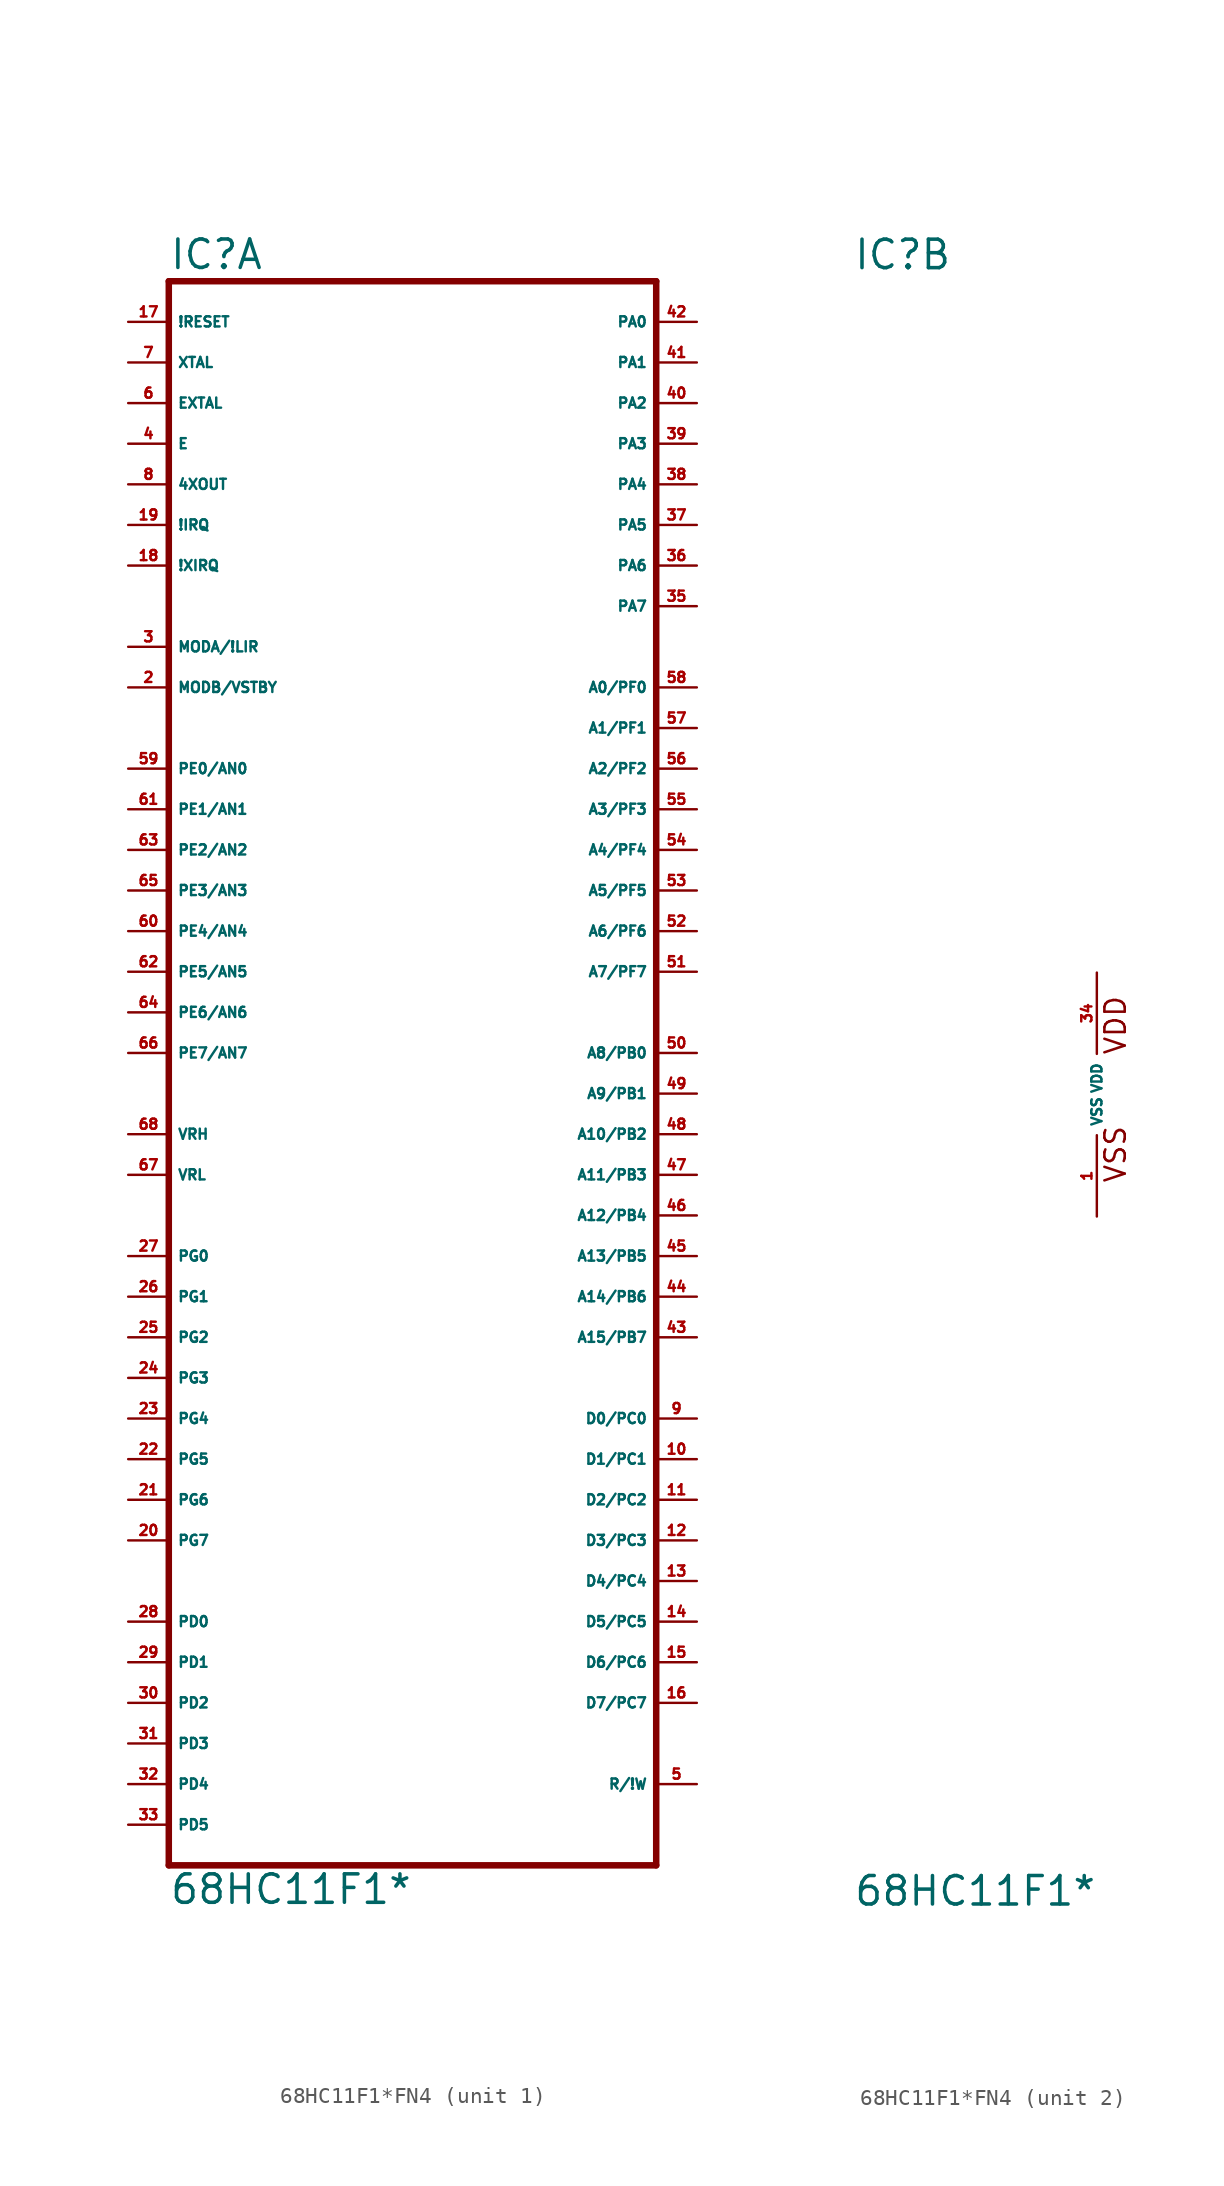
<source format=kicad_sym>
(kicad_symbol_lib
  (version 20220914)
  (generator Eagle2Kicad)
  (symbol "68HC11F1*FN4"
    (property "Reference" "IC"
      (at -15.24 51.435 0)
      (effects (font (size 1.778 1.778) (thickness 0.22)) (justify left bottom)))
    (property "Value" "68HC11F1*"
      (at -15.24 -50.8 0)
      (effects (font (size 1.778 1.778) (thickness 0.22)) (justify left bottom)))
    (symbol "68HC11F1*FN4_1_0"
      (polyline (pts (xy -15.24 -48.26) (xy 15.24 -48.26)) (stroke (width 0.406) (type default)) (fill (type none)))
      (polyline (pts (xy 15.24 -48.26) (xy 15.24 50.8)) (stroke (width 0.406) (type default)) (fill (type none)))
      (polyline (pts (xy 15.24 50.8) (xy -15.24 50.8)) (stroke (width 0.406) (type default)) (fill (type none)))
      (polyline (pts (xy -15.24 50.8) (xy -15.24 -48.26)) (stroke (width 0.406) (type default)) (fill (type none)))
      (pin bidirectional line (at -17.78 27.94 0) (length 2.54) (name "MODA/!LIR" (effects (font (size 0.635 0.635) (thickness 0.08)) (justify left bottom))) (number "3" (effects (font (size 0.635 0.635) (thickness 0.08)) (justify left bottom))))
      (pin output line (at -17.78 40.64 0) (length 2.54) (name "E" (effects (font (size 0.635 0.635) (thickness 0.08)) (justify left bottom))) (number "4" (effects (font (size 0.635 0.635) (thickness 0.08)) (justify left bottom))))
      (pin bidirectional line (at 17.78 -43.18 180) (length 2.54) (name "R/!W" (effects (font (size 0.635 0.635) (thickness 0.08)) (justify left bottom))) (number "5" (effects (font (size 0.635 0.635) (thickness 0.08)) (justify left bottom))))
      (pin input line (at -17.78 43.18 0) (length 2.54) (name "EXTAL" (effects (font (size 0.635 0.635) (thickness 0.08)) (justify left bottom))) (number "6" (effects (font (size 0.635 0.635) (thickness 0.08)) (justify left bottom))))
      (pin output line (at -17.78 45.72 0) (length 2.54) (name "XTAL" (effects (font (size 0.635 0.635) (thickness 0.08)) (justify left bottom))) (number "7" (effects (font (size 0.635 0.635) (thickness 0.08)) (justify left bottom))))
      (pin tri_state line (at 17.78 -20.32 180) (length 2.54) (name "D0/PC0" (effects (font (size 0.635 0.635) (thickness 0.08)) (justify left bottom))) (number "9" (effects (font (size 0.635 0.635) (thickness 0.08)) (justify left bottom))))
      (pin bidirectional line (at -17.78 48.26 0) (length 2.54) (name "!RESET" (effects (font (size 0.635 0.635) (thickness 0.08)) (justify left bottom))) (number "17" (effects (font (size 0.635 0.635) (thickness 0.08)) (justify left bottom))))
      (pin input line (at -17.78 33.02 0) (length 2.54) (name "!XIRQ" (effects (font (size 0.635 0.635) (thickness 0.08)) (justify left bottom))) (number "18" (effects (font (size 0.635 0.635) (thickness 0.08)) (justify left bottom))))
      (pin input line (at -17.78 35.56 0) (length 2.54) (name "!IRQ" (effects (font (size 0.635 0.635) (thickness 0.08)) (justify left bottom))) (number "19" (effects (font (size 0.635 0.635) (thickness 0.08)) (justify left bottom))))
      (pin bidirectional line (at -17.78 -33.02 0) (length 2.54) (name "PD0" (effects (font (size 0.635 0.635) (thickness 0.08)) (justify left bottom))) (number "28" (effects (font (size 0.635 0.635) (thickness 0.08)) (justify left bottom))))
      (pin bidirectional line (at -17.78 -35.56 0) (length 2.54) (name "PD1" (effects (font (size 0.635 0.635) (thickness 0.08)) (justify left bottom))) (number "29" (effects (font (size 0.635 0.635) (thickness 0.08)) (justify left bottom))))
      (pin bidirectional line (at -17.78 -38.1 0) (length 2.54) (name "PD2" (effects (font (size 0.635 0.635) (thickness 0.08)) (justify left bottom))) (number "30" (effects (font (size 0.635 0.635) (thickness 0.08)) (justify left bottom))))
      (pin bidirectional line (at -17.78 -40.64 0) (length 2.54) (name "PD3" (effects (font (size 0.635 0.635) (thickness 0.08)) (justify left bottom))) (number "31" (effects (font (size 0.635 0.635) (thickness 0.08)) (justify left bottom))))
      (pin bidirectional line (at -17.78 -43.18 0) (length 2.54) (name "PD4" (effects (font (size 0.635 0.635) (thickness 0.08)) (justify left bottom))) (number "32" (effects (font (size 0.635 0.635) (thickness 0.08)) (justify left bottom))))
      (pin bidirectional line (at -17.78 -45.72 0) (length 2.54) (name "PD5" (effects (font (size 0.635 0.635) (thickness 0.08)) (justify left bottom))) (number "33" (effects (font (size 0.635 0.635) (thickness 0.08)) (justify left bottom))))
      (pin output line (at 17.78 2.54 180) (length 2.54) (name "A8/PB0" (effects (font (size 0.635 0.635) (thickness 0.08)) (justify left bottom))) (number "50" (effects (font (size 0.635 0.635) (thickness 0.08)) (justify left bottom))))
      (pin bidirectional line (at 17.78 48.26 180) (length 2.54) (name "PA0" (effects (font (size 0.635 0.635) (thickness 0.08)) (justify left bottom))) (number "42" (effects (font (size 0.635 0.635) (thickness 0.08)) (justify left bottom))))
      (pin input line (at -17.78 20.32 0) (length 2.54) (name "PE0/AN0" (effects (font (size 0.635 0.635) (thickness 0.08)) (justify left bottom))) (number "59" (effects (font (size 0.635 0.635) (thickness 0.08)) (justify left bottom))))
      (pin input line (at -17.78 17.78 0) (length 2.54) (name "PE1/AN1" (effects (font (size 0.635 0.635) (thickness 0.08)) (justify left bottom))) (number "61" (effects (font (size 0.635 0.635) (thickness 0.08)) (justify left bottom))))
      (pin input line (at -17.78 15.24 0) (length 2.54) (name "PE2/AN2" (effects (font (size 0.635 0.635) (thickness 0.08)) (justify left bottom))) (number "63" (effects (font (size 0.635 0.635) (thickness 0.08)) (justify left bottom))))
      (pin input line (at -17.78 12.7 0) (length 2.54) (name "PE3/AN3" (effects (font (size 0.635 0.635) (thickness 0.08)) (justify left bottom))) (number "65" (effects (font (size 0.635 0.635) (thickness 0.08)) (justify left bottom))))
      (pin input line (at -17.78 10.16 0) (length 2.54) (name "PE4/AN4" (effects (font (size 0.635 0.635) (thickness 0.08)) (justify left bottom))) (number "60" (effects (font (size 0.635 0.635) (thickness 0.08)) (justify left bottom))))
      (pin input line (at -17.78 7.62 0) (length 2.54) (name "PE5/AN5" (effects (font (size 0.635 0.635) (thickness 0.08)) (justify left bottom))) (number "62" (effects (font (size 0.635 0.635) (thickness 0.08)) (justify left bottom))))
      (pin input line (at -17.78 5.08 0) (length 2.54) (name "PE6/AN6" (effects (font (size 0.635 0.635) (thickness 0.08)) (justify left bottom))) (number "64" (effects (font (size 0.635 0.635) (thickness 0.08)) (justify left bottom))))
      (pin input line (at -17.78 2.54 0) (length 2.54) (name "PE7/AN7" (effects (font (size 0.635 0.635) (thickness 0.08)) (justify left bottom))) (number "66" (effects (font (size 0.635 0.635) (thickness 0.08)) (justify left bottom))))
      (pin input line (at -17.78 -5.08 0) (length 2.54) (name "VRL" (effects (font (size 0.635 0.635) (thickness 0.08)) (justify left bottom))) (number "67" (effects (font (size 0.635 0.635) (thickness 0.08)) (justify left bottom))))
      (pin input line (at -17.78 -2.54 0) (length 2.54) (name "VRH" (effects (font (size 0.635 0.635) (thickness 0.08)) (justify left bottom))) (number "68" (effects (font (size 0.635 0.635) (thickness 0.08)) (justify left bottom))))
      (pin input line (at -17.78 25.4 0) (length 2.54) (name "MODB/VSTBY" (effects (font (size 0.635 0.635) (thickness 0.08)) (justify left bottom))) (number "2" (effects (font (size 0.635 0.635) (thickness 0.08)) (justify left bottom))))
      (pin bidirectional line (at -17.78 -10.16 0) (length 2.54) (name "PG0" (effects (font (size 0.635 0.635) (thickness 0.08)) (justify left bottom))) (number "27" (effects (font (size 0.635 0.635) (thickness 0.08)) (justify left bottom))))
      (pin bidirectional line (at -17.78 -12.7 0) (length 2.54) (name "PG1" (effects (font (size 0.635 0.635) (thickness 0.08)) (justify left bottom))) (number "26" (effects (font (size 0.635 0.635) (thickness 0.08)) (justify left bottom))))
      (pin bidirectional line (at -17.78 -15.24 0) (length 2.54) (name "PG2" (effects (font (size 0.635 0.635) (thickness 0.08)) (justify left bottom))) (number "25" (effects (font (size 0.635 0.635) (thickness 0.08)) (justify left bottom))))
      (pin bidirectional line (at -17.78 -17.78 0) (length 2.54) (name "PG3" (effects (font (size 0.635 0.635) (thickness 0.08)) (justify left bottom))) (number "24" (effects (font (size 0.635 0.635) (thickness 0.08)) (justify left bottom))))
      (pin bidirectional line (at -17.78 -20.32 0) (length 2.54) (name "PG4" (effects (font (size 0.635 0.635) (thickness 0.08)) (justify left bottom))) (number "23" (effects (font (size 0.635 0.635) (thickness 0.08)) (justify left bottom))))
      (pin bidirectional line (at -17.78 -22.86 0) (length 2.54) (name "PG5" (effects (font (size 0.635 0.635) (thickness 0.08)) (justify left bottom))) (number "22" (effects (font (size 0.635 0.635) (thickness 0.08)) (justify left bottom))))
      (pin bidirectional line (at -17.78 -25.4 0) (length 2.54) (name "PG6" (effects (font (size 0.635 0.635) (thickness 0.08)) (justify left bottom))) (number "21" (effects (font (size 0.635 0.635) (thickness 0.08)) (justify left bottom))))
      (pin bidirectional line (at -17.78 -27.94 0) (length 2.54) (name "PG7" (effects (font (size 0.635 0.635) (thickness 0.08)) (justify left bottom))) (number "20" (effects (font (size 0.635 0.635) (thickness 0.08)) (justify left bottom))))
      (pin output line (at -17.78 38.1 0) (length 2.54) (name "4XOUT" (effects (font (size 0.635 0.635) (thickness 0.08)) (justify left bottom))) (number "8" (effects (font (size 0.635 0.635) (thickness 0.08)) (justify left bottom))))
      (pin output line (at 17.78 25.4 180) (length 2.54) (name "A0/PF0" (effects (font (size 0.635 0.635) (thickness 0.08)) (justify left bottom))) (number "58" (effects (font (size 0.635 0.635) (thickness 0.08)) (justify left bottom))))
      (pin output line (at 17.78 22.86 180) (length 2.54) (name "A1/PF1" (effects (font (size 0.635 0.635) (thickness 0.08)) (justify left bottom))) (number "57" (effects (font (size 0.635 0.635) (thickness 0.08)) (justify left bottom))))
      (pin output line (at 17.78 20.32 180) (length 2.54) (name "A2/PF2" (effects (font (size 0.635 0.635) (thickness 0.08)) (justify left bottom))) (number "56" (effects (font (size 0.635 0.635) (thickness 0.08)) (justify left bottom))))
      (pin output line (at 17.78 17.78 180) (length 2.54) (name "A3/PF3" (effects (font (size 0.635 0.635) (thickness 0.08)) (justify left bottom))) (number "55" (effects (font (size 0.635 0.635) (thickness 0.08)) (justify left bottom))))
      (pin output line (at 17.78 15.24 180) (length 2.54) (name "A4/PF4" (effects (font (size 0.635 0.635) (thickness 0.08)) (justify left bottom))) (number "54" (effects (font (size 0.635 0.635) (thickness 0.08)) (justify left bottom))))
      (pin output line (at 17.78 12.7 180) (length 2.54) (name "A5/PF5" (effects (font (size 0.635 0.635) (thickness 0.08)) (justify left bottom))) (number "53" (effects (font (size 0.635 0.635) (thickness 0.08)) (justify left bottom))))
      (pin output line (at 17.78 10.16 180) (length 2.54) (name "A6/PF6" (effects (font (size 0.635 0.635) (thickness 0.08)) (justify left bottom))) (number "52" (effects (font (size 0.635 0.635) (thickness 0.08)) (justify left bottom))))
      (pin output line (at 17.78 7.62 180) (length 2.54) (name "A7/PF7" (effects (font (size 0.635 0.635) (thickness 0.08)) (justify left bottom))) (number "51" (effects (font (size 0.635 0.635) (thickness 0.08)) (justify left bottom))))
      (pin output line (at 17.78 0 180) (length 2.54) (name "A9/PB1" (effects (font (size 0.635 0.635) (thickness 0.08)) (justify left bottom))) (number "49" (effects (font (size 0.635 0.635) (thickness 0.08)) (justify left bottom))))
      (pin output line (at 17.78 -2.54 180) (length 2.54) (name "A10/PB2" (effects (font (size 0.635 0.635) (thickness 0.08)) (justify left bottom))) (number "48" (effects (font (size 0.635 0.635) (thickness 0.08)) (justify left bottom))))
      (pin output line (at 17.78 -5.08 180) (length 2.54) (name "A11/PB3" (effects (font (size 0.635 0.635) (thickness 0.08)) (justify left bottom))) (number "47" (effects (font (size 0.635 0.635) (thickness 0.08)) (justify left bottom))))
      (pin output line (at 17.78 -7.62 180) (length 2.54) (name "A12/PB4" (effects (font (size 0.635 0.635) (thickness 0.08)) (justify left bottom))) (number "46" (effects (font (size 0.635 0.635) (thickness 0.08)) (justify left bottom))))
      (pin output line (at 17.78 -10.16 180) (length 2.54) (name "A13/PB5" (effects (font (size 0.635 0.635) (thickness 0.08)) (justify left bottom))) (number "45" (effects (font (size 0.635 0.635) (thickness 0.08)) (justify left bottom))))
      (pin output line (at 17.78 -12.7 180) (length 2.54) (name "A14/PB6" (effects (font (size 0.635 0.635) (thickness 0.08)) (justify left bottom))) (number "44" (effects (font (size 0.635 0.635) (thickness 0.08)) (justify left bottom))))
      (pin output line (at 17.78 -15.24 180) (length 2.54) (name "A15/PB7" (effects (font (size 0.635 0.635) (thickness 0.08)) (justify left bottom))) (number "43" (effects (font (size 0.635 0.635) (thickness 0.08)) (justify left bottom))))
      (pin bidirectional line (at 17.78 45.72 180) (length 2.54) (name "PA1" (effects (font (size 0.635 0.635) (thickness 0.08)) (justify left bottom))) (number "41" (effects (font (size 0.635 0.635) (thickness 0.08)) (justify left bottom))))
      (pin bidirectional line (at 17.78 43.18 180) (length 2.54) (name "PA2" (effects (font (size 0.635 0.635) (thickness 0.08)) (justify left bottom))) (number "40" (effects (font (size 0.635 0.635) (thickness 0.08)) (justify left bottom))))
      (pin bidirectional line (at 17.78 40.64 180) (length 2.54) (name "PA3" (effects (font (size 0.635 0.635) (thickness 0.08)) (justify left bottom))) (number "39" (effects (font (size 0.635 0.635) (thickness 0.08)) (justify left bottom))))
      (pin bidirectional line (at 17.78 38.1 180) (length 2.54) (name "PA4" (effects (font (size 0.635 0.635) (thickness 0.08)) (justify left bottom))) (number "38" (effects (font (size 0.635 0.635) (thickness 0.08)) (justify left bottom))))
      (pin bidirectional line (at 17.78 35.56 180) (length 2.54) (name "PA5" (effects (font (size 0.635 0.635) (thickness 0.08)) (justify left bottom))) (number "37" (effects (font (size 0.635 0.635) (thickness 0.08)) (justify left bottom))))
      (pin bidirectional line (at 17.78 33.02 180) (length 2.54) (name "PA6" (effects (font (size 0.635 0.635) (thickness 0.08)) (justify left bottom))) (number "36" (effects (font (size 0.635 0.635) (thickness 0.08)) (justify left bottom))))
      (pin bidirectional line (at 17.78 30.48 180) (length 2.54) (name "PA7" (effects (font (size 0.635 0.635) (thickness 0.08)) (justify left bottom))) (number "35" (effects (font (size 0.635 0.635) (thickness 0.08)) (justify left bottom))))
      (pin tri_state line (at 17.78 -22.86 180) (length 2.54) (name "D1/PC1" (effects (font (size 0.635 0.635) (thickness 0.08)) (justify left bottom))) (number "10" (effects (font (size 0.635 0.635) (thickness 0.08)) (justify left bottom))))
      (pin tri_state line (at 17.78 -25.4 180) (length 2.54) (name "D2/PC2" (effects (font (size 0.635 0.635) (thickness 0.08)) (justify left bottom))) (number "11" (effects (font (size 0.635 0.635) (thickness 0.08)) (justify left bottom))))
      (pin tri_state line (at 17.78 -27.94 180) (length 2.54) (name "D3/PC3" (effects (font (size 0.635 0.635) (thickness 0.08)) (justify left bottom))) (number "12" (effects (font (size 0.635 0.635) (thickness 0.08)) (justify left bottom))))
      (pin tri_state line (at 17.78 -30.48 180) (length 2.54) (name "D4/PC4" (effects (font (size 0.635 0.635) (thickness 0.08)) (justify left bottom))) (number "13" (effects (font (size 0.635 0.635) (thickness 0.08)) (justify left bottom))))
      (pin tri_state line (at 17.78 -33.02 180) (length 2.54) (name "D5/PC5" (effects (font (size 0.635 0.635) (thickness 0.08)) (justify left bottom))) (number "14" (effects (font (size 0.635 0.635) (thickness 0.08)) (justify left bottom))))
      (pin tri_state line (at 17.78 -35.56 180) (length 2.54) (name "D6/PC6" (effects (font (size 0.635 0.635) (thickness 0.08)) (justify left bottom))) (number "15" (effects (font (size 0.635 0.635) (thickness 0.08)) (justify left bottom))))
      (pin tri_state line (at 17.78 -38.1 180) (length 2.54) (name "D7/PC7" (effects (font (size 0.635 0.635) (thickness 0.08)) (justify left bottom))) (number "16" (effects (font (size 0.635 0.635) (thickness 0.08)) (justify left bottom)))))
    (symbol "68HC11F1*FN4_2_0"
      (text "VSS" (at 1.905 -5.588 900) (effects (font (size 1.27 1.27) (thickness 0.16)) (justify left bottom)))
      (text "VDD" (at 1.905 2.413 900) (effects (font (size 1.27 1.27) (thickness 0.16)) (justify left bottom)))
      (pin unspecified line (at 0 -7.62 90) (length 5.08) (name "VSS" (effects (font (size 0.635 0.635) (thickness 0.08)) (justify left bottom))) (number "1" (effects (font (size 0.635 0.635) (thickness 0.08)) (justify left bottom))))
      (pin unspecified line (at 0 7.62 270) (length 5.08) (name "VDD" (effects (font (size 0.635 0.635) (thickness 0.08)) (justify left bottom))) (number "34" (effects (font (size 0.635 0.635) (thickness 0.08)) (justify left bottom)))))))
</source>
